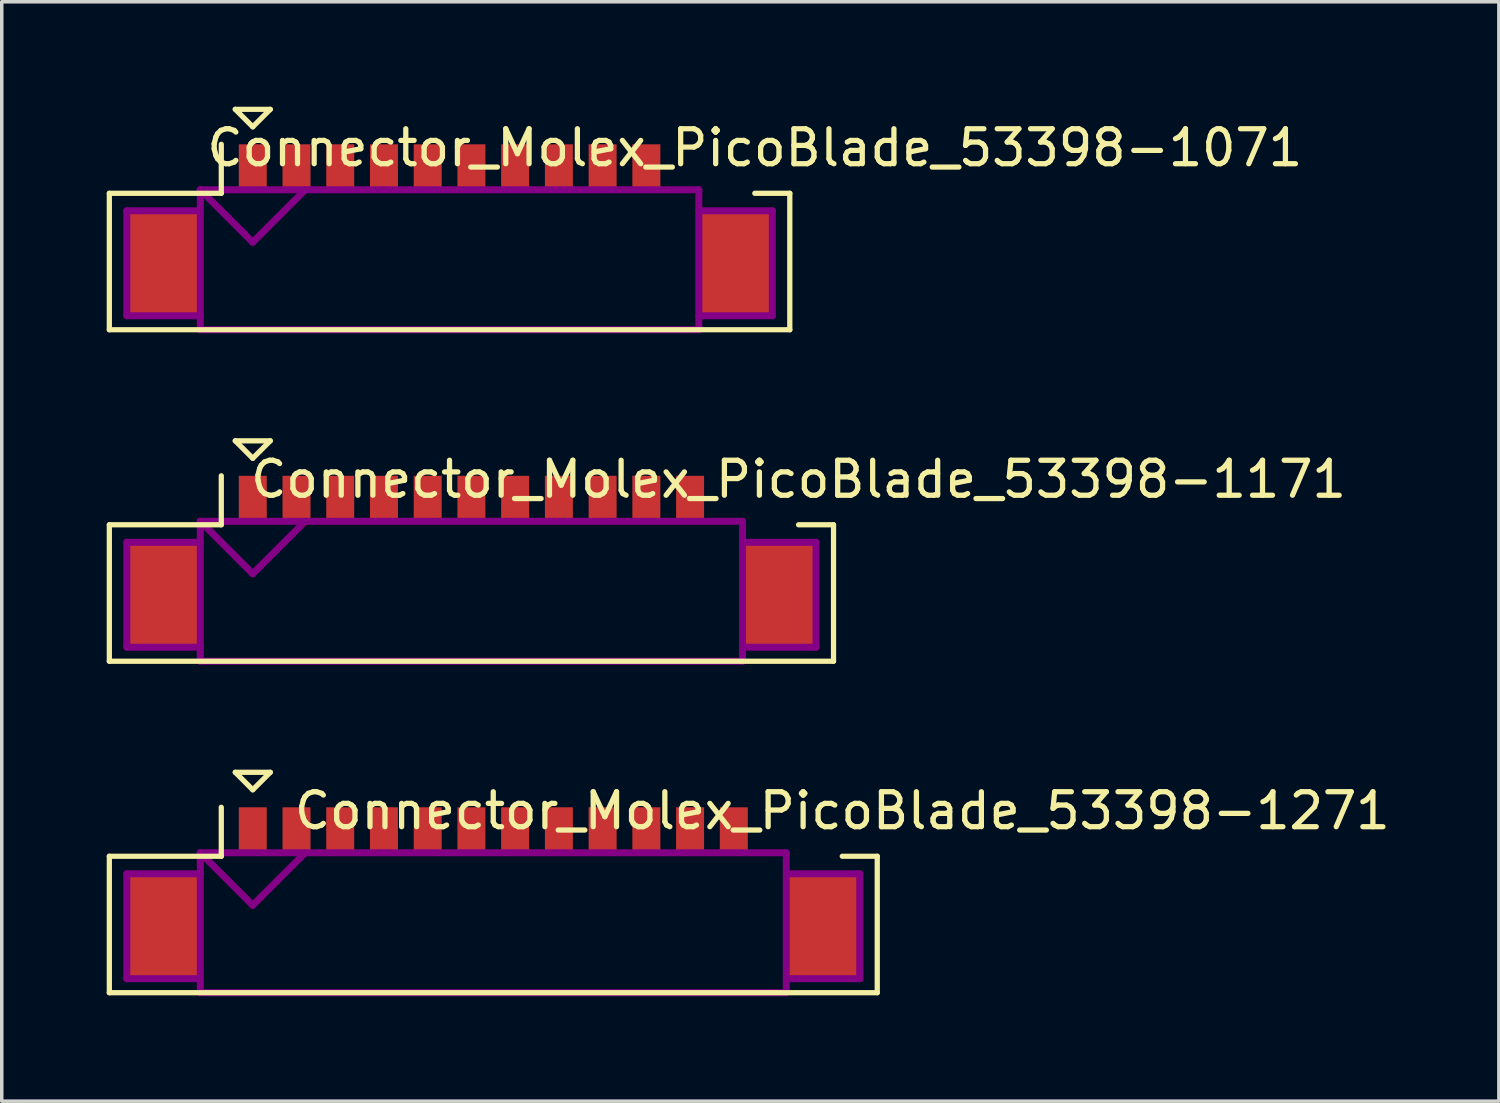
<source format=kicad_pcb>
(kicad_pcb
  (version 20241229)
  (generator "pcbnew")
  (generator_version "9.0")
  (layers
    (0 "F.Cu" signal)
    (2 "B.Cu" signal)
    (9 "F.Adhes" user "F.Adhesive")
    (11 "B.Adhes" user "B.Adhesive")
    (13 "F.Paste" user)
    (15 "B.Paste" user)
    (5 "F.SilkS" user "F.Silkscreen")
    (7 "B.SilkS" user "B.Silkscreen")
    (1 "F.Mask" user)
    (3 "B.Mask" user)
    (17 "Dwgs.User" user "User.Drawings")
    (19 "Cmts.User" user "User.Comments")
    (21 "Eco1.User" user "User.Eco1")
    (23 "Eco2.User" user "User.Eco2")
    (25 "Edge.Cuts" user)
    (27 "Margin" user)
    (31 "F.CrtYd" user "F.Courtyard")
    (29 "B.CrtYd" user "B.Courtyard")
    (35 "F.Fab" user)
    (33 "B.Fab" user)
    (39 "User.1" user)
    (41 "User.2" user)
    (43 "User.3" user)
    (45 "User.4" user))
  (footprint "Connector_Molex_PicoBlade_53398-1171"
    (layer "F.Cu")
    (at 10.425 13.95)
    (property "Reference" "Connector_Molex_PicoBlade_53398-1171" (at 9.35 -3.3 0) (layer "F.SilkS") (effects (font (size 1 1) (thickness 0.15))))
    (attr through_hole)
    (fp_line (start -10.35 -2) (end -10.35 1.9) (stroke (width 0.15) (type solid)) (layer "F.SilkS"))
    (fp_line (start -10.35 1.9) (end 10.35 1.9) (stroke (width 0.15) (type solid)) (layer "F.SilkS"))
    (fp_line (start -7.15 -3.4) (end -7.15 -2) (stroke (width 0.15) (type solid)) (layer "F.SilkS"))
    (fp_line (start -7.15 -2) (end -10.35 -2) (stroke (width 0.15) (type solid)) (layer "F.SilkS"))
    (fp_line (start -6.75 -4.4) (end -5.75 -4.4) (stroke (width 0.15) (type solid)) (layer "F.SilkS"))
    (fp_line (start -6.25 -3.9) (end -6.75 -4.4) (stroke (width 0.15) (type solid)) (layer "F.SilkS"))
    (fp_line (start -5.75 -4.4) (end -6.25 -3.9) (stroke (width 0.15) (type solid)) (layer "F.SilkS"))
    (fp_line (start 10.35 -2) (end 9.35 -2) (stroke (width 0.15) (type solid)) (layer "F.SilkS"))
    (fp_line (start 10.35 1.9) (end 10.35 -2) (stroke (width 0.15) (type solid)) (layer "F.SilkS"))
    (fp_line (start -9.85 -1.5) (end -9.85 1.5) (stroke (width 0.2) (type solid)) (layer "F.Adhes"))
    (fp_line (start -9.85 1.5) (end -7.75 1.5) (stroke (width 0.2) (type solid)) (layer "F.Adhes"))
    (fp_line (start -7.75 -2.1) (end -7.75 1.9) (stroke (width 0.2) (type solid)) (layer "F.Adhes"))
    (fp_line (start -7.75 -2.1) (end -6.25 -0.6) (stroke (width 0.2) (type solid)) (layer "F.Adhes"))
    (fp_line (start -7.75 -1.5) (end -9.85 -1.5) (stroke (width 0.2) (type solid)) (layer "F.Adhes"))
    (fp_line (start -7.75 1.9) (end 7.75 1.9) (stroke (width 0.2) (type solid)) (layer "F.Adhes"))
    (fp_line (start -6.25 -0.6) (end -4.75 -2.1) (stroke (width 0.2) (type solid)) (layer "F.Adhes"))
    (fp_line (start 7.75 -2.1) (end -7.75 -2.1) (stroke (width 0.2) (type solid)) (layer "F.Adhes"))
    (fp_line (start 7.75 -1.5) (end 9.85 -1.5) (stroke (width 0.2) (type solid)) (layer "F.Adhes"))
    (fp_line (start 7.75 1.9) (end 7.75 -2.1) (stroke (width 0.2) (type solid)) (layer "F.Adhes"))
    (fp_line (start 9.85 -1.5) (end 9.85 1.5) (stroke (width 0.2) (type solid)) (layer "F.Adhes"))
    (fp_line (start 9.85 1.5) (end 7.75 1.5) (stroke (width 0.2) (type solid)) (layer "F.Adhes"))
    (pad "" smd rect (at -8.8 0) (size 2.1 3) (layers "F.Cu" "F.Mask" "F.Paste"))
    (pad "" smd rect (at 8.8 0) (size 2.1 3) (layers "F.Cu" "F.Mask" "F.Paste"))
    (pad "1" smd rect (at -6.25 -2.75) (size 0.8 1.3) (layers "F.Cu" "F.Mask" "F.Paste"))
    (pad "2" smd rect (at -5 -2.75) (size 0.8 1.3) (layers "F.Cu" "F.Mask" "F.Paste"))
    (pad "3" smd rect (at -3.75 -2.75) (size 0.8 1.3) (layers "F.Cu" "F.Mask" "F.Paste"))
    (pad "4" smd rect (at -2.5 -2.75) (size 0.8 1.3) (layers "F.Cu" "F.Mask" "F.Paste"))
    (pad "5" smd rect (at -1.25 -2.75) (size 0.8 1.3) (layers "F.Cu" "F.Mask" "F.Paste"))
    (pad "6" smd rect (at 0 -2.75) (size 0.8 1.3) (layers "F.Cu" "F.Mask" "F.Paste"))
    (pad "7" smd rect (at 1.25 -2.75) (size 0.8 1.3) (layers "F.Cu" "F.Mask" "F.Paste"))
    (pad "8" smd rect (at 2.5 -2.75) (size 0.8 1.3) (layers "F.Cu" "F.Mask" "F.Paste"))
    (pad "9" smd rect (at 3.75 -2.75) (size 0.8 1.3) (layers "F.Cu" "F.Mask" "F.Paste"))
    (pad "10" smd rect (at 5 -2.75) (size 0.8 1.3) (layers "F.Cu" "F.Mask" "F.Paste"))
    (pad "11" smd rect (at 6.25 -2.75) (size 0.8 1.3) (layers "F.Cu" "F.Mask" "F.Paste")))
  (footprint "Connector_Molex_PicoBlade_53398-1271"
    (layer "F.Cu")
    (at 11.05 23.425)
    (property "Reference" "Connector_Molex_PicoBlade_53398-1271" (at 9.975 -3.3 0) (layer "F.SilkS") (effects (font (size 1 1) (thickness 0.15))))
    (attr through_hole)
    (fp_line (start -10.975 -2) (end -10.975 1.9) (stroke (width 0.15) (type solid)) (layer "F.SilkS"))
    (fp_line (start -10.975 1.9) (end 10.975 1.9) (stroke (width 0.15) (type solid)) (layer "F.SilkS"))
    (fp_line (start -7.775 -3.4) (end -7.775 -2) (stroke (width 0.15) (type solid)) (layer "F.SilkS"))
    (fp_line (start -7.775 -2) (end -10.975 -2) (stroke (width 0.15) (type solid)) (layer "F.SilkS"))
    (fp_line (start -7.375 -4.4) (end -6.375 -4.4) (stroke (width 0.15) (type solid)) (layer "F.SilkS"))
    (fp_line (start -6.875 -3.9) (end -7.375 -4.4) (stroke (width 0.15) (type solid)) (layer "F.SilkS"))
    (fp_line (start -6.375 -4.4) (end -6.875 -3.9) (stroke (width 0.15) (type solid)) (layer "F.SilkS"))
    (fp_line (start 10.975 -2) (end 9.975 -2) (stroke (width 0.15) (type solid)) (layer "F.SilkS"))
    (fp_line (start 10.975 1.9) (end 10.975 -2) (stroke (width 0.15) (type solid)) (layer "F.SilkS"))
    (fp_line (start -10.475 -1.5) (end -10.475 1.5) (stroke (width 0.2) (type solid)) (layer "F.Adhes"))
    (fp_line (start -10.475 1.5) (end -8.375 1.5) (stroke (width 0.2) (type solid)) (layer "F.Adhes"))
    (fp_line (start -8.375 -2.1) (end -8.375 1.9) (stroke (width 0.2) (type solid)) (layer "F.Adhes"))
    (fp_line (start -8.375 -2.1) (end -6.875 -0.6) (stroke (width 0.2) (type solid)) (layer "F.Adhes"))
    (fp_line (start -8.375 -1.5) (end -10.475 -1.5) (stroke (width 0.2) (type solid)) (layer "F.Adhes"))
    (fp_line (start -8.375 1.9) (end 8.375 1.9) (stroke (width 0.2) (type solid)) (layer "F.Adhes"))
    (fp_line (start -6.875 -0.6) (end -5.375 -2.1) (stroke (width 0.2) (type solid)) (layer "F.Adhes"))
    (fp_line (start 8.375 -2.1) (end -8.375 -2.1) (stroke (width 0.2) (type solid)) (layer "F.Adhes"))
    (fp_line (start 8.375 -1.5) (end 10.475 -1.5) (stroke (width 0.2) (type solid)) (layer "F.Adhes"))
    (fp_line (start 8.375 1.9) (end 8.375 -2.1) (stroke (width 0.2) (type solid)) (layer "F.Adhes"))
    (fp_line (start 10.475 -1.5) (end 10.475 1.5) (stroke (width 0.2) (type solid)) (layer "F.Adhes"))
    (fp_line (start 10.475 1.5) (end 8.375 1.5) (stroke (width 0.2) (type solid)) (layer "F.Adhes"))
    (pad "" smd rect (at -9.425 0) (size 2.1 3) (layers "F.Cu" "F.Mask" "F.Paste"))
    (pad "" smd rect (at 9.425 0) (size 2.1 3) (layers "F.Cu" "F.Mask" "F.Paste"))
    (pad "1" smd rect (at -6.875 -2.75) (size 0.8 1.3) (layers "F.Cu" "F.Mask" "F.Paste"))
    (pad "2" smd rect (at -5.625 -2.75) (size 0.8 1.3) (layers "F.Cu" "F.Mask" "F.Paste"))
    (pad "3" smd rect (at -4.375 -2.75) (size 0.8 1.3) (layers "F.Cu" "F.Mask" "F.Paste"))
    (pad "4" smd rect (at -3.125 -2.75) (size 0.8 1.3) (layers "F.Cu" "F.Mask" "F.Paste"))
    (pad "5" smd rect (at -1.875 -2.75) (size 0.8 1.3) (layers "F.Cu" "F.Mask" "F.Paste"))
    (pad "6" smd rect (at -0.625 -2.75) (size 0.8 1.3) (layers "F.Cu" "F.Mask" "F.Paste"))
    (pad "7" smd rect (at 0.625 -2.75) (size 0.8 1.3) (layers "F.Cu" "F.Mask" "F.Paste"))
    (pad "8" smd rect (at 1.875 -2.75) (size 0.8 1.3) (layers "F.Cu" "F.Mask" "F.Paste"))
    (pad "9" smd rect (at 3.125 -2.75) (size 0.8 1.3) (layers "F.Cu" "F.Mask" "F.Paste"))
    (pad "10" smd rect (at 4.375 -2.75) (size 0.8 1.3) (layers "F.Cu" "F.Mask" "F.Paste"))
    (pad "11" smd rect (at 5.625 -2.75) (size 0.8 1.3) (layers "F.Cu" "F.Mask" "F.Paste"))
    (pad "12" smd rect (at 6.875 -2.75) (size 0.8 1.3) (layers "F.Cu" "F.Mask" "F.Paste")))
  (footprint "Connector_Molex_PicoBlade_53398-1071"
    (layer "F.Cu")
    (at 9.8 4.475)
    (property "Reference" "Connector_Molex_PicoBlade_53398-1071" (at 8.725 -3.3 0) (layer "F.SilkS") (effects (font (size 1 1) (thickness 0.15))))
    (attr through_hole)
    (fp_line (start -9.725 -2) (end -9.725 1.9) (stroke (width 0.15) (type solid)) (layer "F.SilkS"))
    (fp_line (start -9.725 1.9) (end 9.725 1.9) (stroke (width 0.15) (type solid)) (layer "F.SilkS"))
    (fp_line (start -6.525 -3.4) (end -6.525 -2) (stroke (width 0.15) (type solid)) (layer "F.SilkS"))
    (fp_line (start -6.525 -2) (end -9.725 -2) (stroke (width 0.15) (type solid)) (layer "F.SilkS"))
    (fp_line (start -6.125 -4.4) (end -5.125 -4.4) (stroke (width 0.15) (type solid)) (layer "F.SilkS"))
    (fp_line (start -5.625 -3.9) (end -6.125 -4.4) (stroke (width 0.15) (type solid)) (layer "F.SilkS"))
    (fp_line (start -5.125 -4.4) (end -5.625 -3.9) (stroke (width 0.15) (type solid)) (layer "F.SilkS"))
    (fp_line (start 9.725 -2) (end 8.725 -2) (stroke (width 0.15) (type solid)) (layer "F.SilkS"))
    (fp_line (start 9.725 1.9) (end 9.725 -2) (stroke (width 0.15) (type solid)) (layer "F.SilkS"))
    (fp_line (start -9.225 -1.5) (end -9.225 1.5) (stroke (width 0.2) (type solid)) (layer "F.Adhes"))
    (fp_line (start -9.225 1.5) (end -7.125 1.5) (stroke (width 0.2) (type solid)) (layer "F.Adhes"))
    (fp_line (start -7.125 -2.1) (end -7.125 1.9) (stroke (width 0.2) (type solid)) (layer "F.Adhes"))
    (fp_line (start -7.125 -2.1) (end -5.625 -0.6) (stroke (width 0.2) (type solid)) (layer "F.Adhes"))
    (fp_line (start -7.125 -1.5) (end -9.225 -1.5) (stroke (width 0.2) (type solid)) (layer "F.Adhes"))
    (fp_line (start -7.125 1.9) (end 7.125 1.9) (stroke (width 0.2) (type solid)) (layer "F.Adhes"))
    (fp_line (start -5.625 -0.6) (end -4.125 -2.1) (stroke (width 0.2) (type solid)) (layer "F.Adhes"))
    (fp_line (start 7.125 -2.1) (end -7.125 -2.1) (stroke (width 0.2) (type solid)) (layer "F.Adhes"))
    (fp_line (start 7.125 -1.5) (end 9.225 -1.5) (stroke (width 0.2) (type solid)) (layer "F.Adhes"))
    (fp_line (start 7.125 1.9) (end 7.125 -2.1) (stroke (width 0.2) (type solid)) (layer "F.Adhes"))
    (fp_line (start 9.225 -1.5) (end 9.225 1.5) (stroke (width 0.2) (type solid)) (layer "F.Adhes"))
    (fp_line (start 9.225 1.5) (end 7.125 1.5) (stroke (width 0.2) (type solid)) (layer "F.Adhes"))
    (pad "" smd rect (at -8.175 0) (size 2.1 3) (layers "F.Cu" "F.Mask" "F.Paste"))
    (pad "" smd rect (at 8.175 0) (size 2.1 3) (layers "F.Cu" "F.Mask" "F.Paste"))
    (pad "1" smd rect (at -5.625 -2.75) (size 0.8 1.3) (layers "F.Cu" "F.Mask" "F.Paste"))
    (pad "2" smd rect (at -4.375 -2.75) (size 0.8 1.3) (layers "F.Cu" "F.Mask" "F.Paste"))
    (pad "3" smd rect (at -3.125 -2.75) (size 0.8 1.3) (layers "F.Cu" "F.Mask" "F.Paste"))
    (pad "4" smd rect (at -1.875 -2.75) (size 0.8 1.3) (layers "F.Cu" "F.Mask" "F.Paste"))
    (pad "5" smd rect (at -0.625 -2.75) (size 0.8 1.3) (layers "F.Cu" "F.Mask" "F.Paste"))
    (pad "6" smd rect (at 0.625 -2.75) (size 0.8 1.3) (layers "F.Cu" "F.Mask" "F.Paste"))
    (pad "7" smd rect (at 1.875 -2.75) (size 0.8 1.3) (layers "F.Cu" "F.Mask" "F.Paste"))
    (pad "8" smd rect (at 3.125 -2.75) (size 0.8 1.3) (layers "F.Cu" "F.Mask" "F.Paste"))
    (pad "9" smd rect (at 4.375 -2.75) (size 0.8 1.3) (layers "F.Cu" "F.Mask" "F.Paste"))
    (pad "10" smd rect (at 5.625 -2.75) (size 0.8 1.3) (layers "F.Cu" "F.Mask" "F.Paste")))
  (gr_rect
    (start -3 -3)
    (end 39.793 28.425)
    (stroke (width 0.1) (type default))
    (fill no)
    (layer "Edge.Cuts")))
</source>
